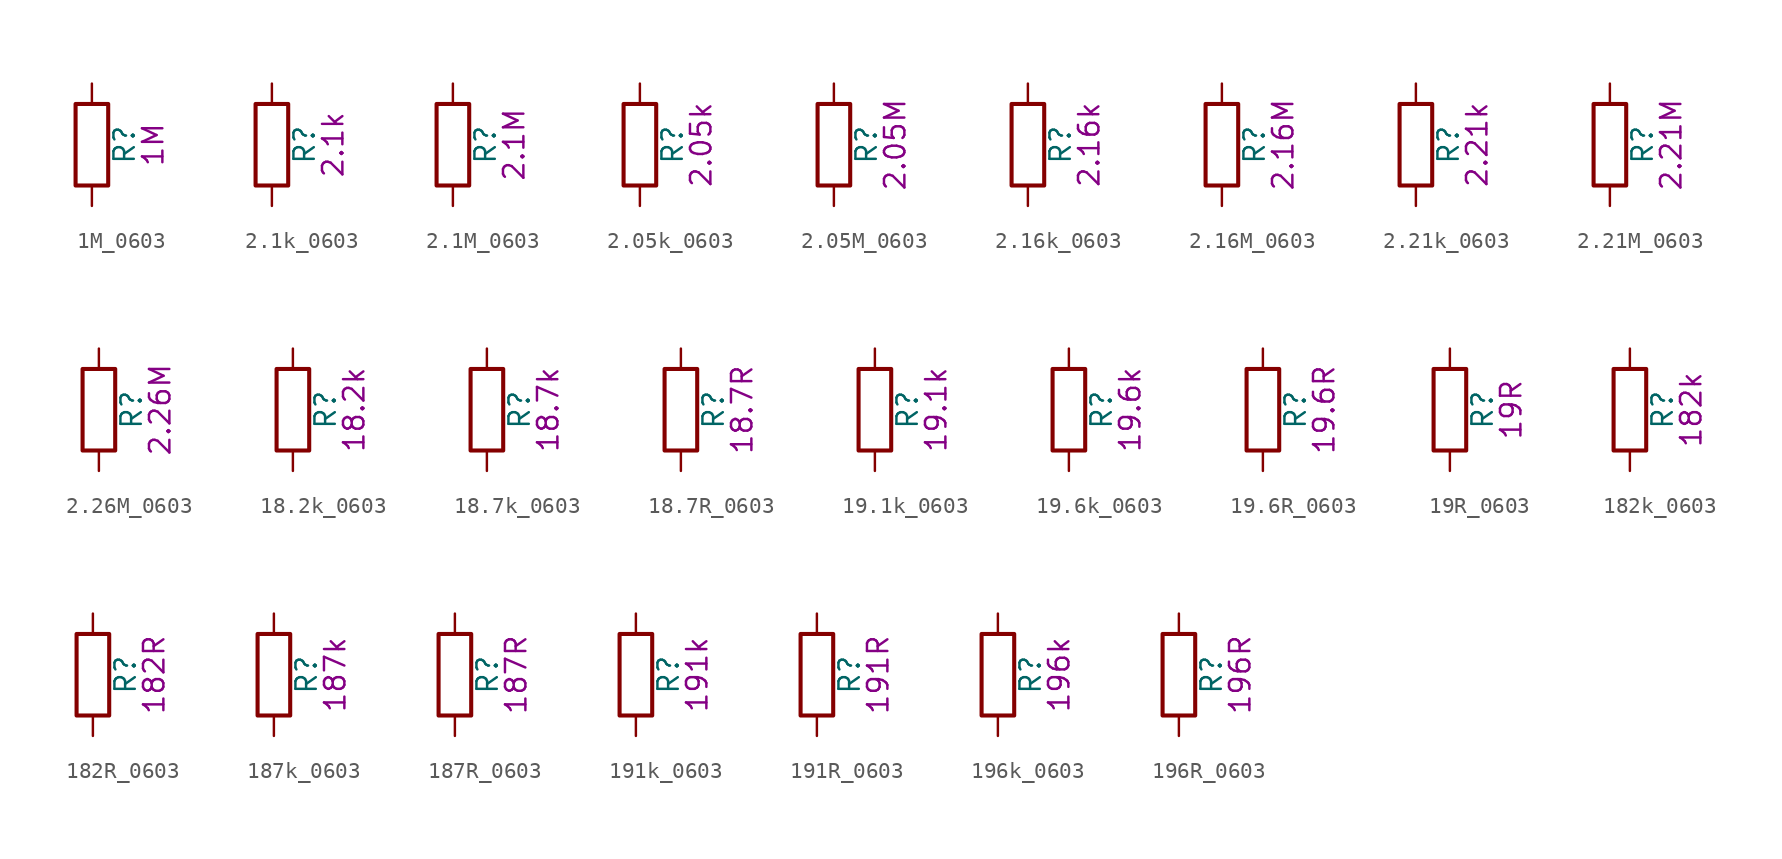
<source format=kicad_sym>
(kicad_symbol_lib
  (version 20211014)
  (generator kicad_symbol_editor)
  (symbol "1M_0603"
    (pin_numbers hide)
    (pin_names
      (offset 0))
    (property "Reference" "R"
      (at 2.032 0 90)
      (effects (font (size 1.27 1.27))))
    (property "Display" "1M"
      (at 3.81 0 90)
      (effects (font (size 1.27 1.27))))
    (symbol "1M_0603_0_1"
      (rectangle (start -1.016 -2.54) (end 1.016 2.54) (stroke (width 0.254) (type default) (color 0 0 0 0)) (fill (type none))))
    (symbol "1M_0603_1_1"
      (pin passive line (at 0 3.81 270) (length 1.27) (name "~" (effects (font (size 1.27 1.27)))) (number "1" (effects (font (size 1.27 1.27)))))
      (pin passive line (at 0 -3.81 90) (length 1.27) (name "~" (effects (font (size 1.27 1.27)))) (number "2" (effects (font (size 1.27 1.27)))))))
  (symbol "2.1k_0603"
    (pin_numbers hide)
    (pin_names
      (offset 0))
    (property "Reference" "R"
      (at 2.032 0 90)
      (effects (font (size 1.27 1.27))))
    (property "Display" "2.1k"
      (at 3.81 0 90)
      (effects (font (size 1.27 1.27))))
    (symbol "2.1k_0603_0_1"
      (rectangle (start -1.016 -2.54) (end 1.016 2.54) (stroke (width 0.254) (type default) (color 0 0 0 0)) (fill (type none))))
    (symbol "2.1k_0603_1_1"
      (pin passive line (at 0 3.81 270) (length 1.27) (name "~" (effects (font (size 1.27 1.27)))) (number "1" (effects (font (size 1.27 1.27)))))
      (pin passive line (at 0 -3.81 90) (length 1.27) (name "~" (effects (font (size 1.27 1.27)))) (number "2" (effects (font (size 1.27 1.27)))))))
  (symbol "2.1M_0603"
    (pin_numbers hide)
    (pin_names
      (offset 0))
    (property "Reference" "R"
      (at 2.032 0 90)
      (effects (font (size 1.27 1.27))))
    (property "Display" "2.1M"
      (at 3.81 0 90)
      (effects (font (size 1.27 1.27))))
    (symbol "2.1M_0603_0_1"
      (rectangle (start -1.016 -2.54) (end 1.016 2.54) (stroke (width 0.254) (type default) (color 0 0 0 0)) (fill (type none))))
    (symbol "2.1M_0603_1_1"
      (pin passive line (at 0 3.81 270) (length 1.27) (name "~" (effects (font (size 1.27 1.27)))) (number "1" (effects (font (size 1.27 1.27)))))
      (pin passive line (at 0 -3.81 90) (length 1.27) (name "~" (effects (font (size 1.27 1.27)))) (number "2" (effects (font (size 1.27 1.27)))))))
  (symbol "2.05k_0603"
    (pin_numbers hide)
    (pin_names
      (offset 0))
    (property "Reference" "R"
      (at 2.032 0 90)
      (effects (font (size 1.27 1.27))))
    (property "Display" "2.05k"
      (at 3.81 0 90)
      (effects (font (size 1.27 1.27))))
    (symbol "2.05k_0603_0_1"
      (rectangle (start -1.016 -2.54) (end 1.016 2.54) (stroke (width 0.254) (type default) (color 0 0 0 0)) (fill (type none))))
    (symbol "2.05k_0603_1_1"
      (pin passive line (at 0 3.81 270) (length 1.27) (name "~" (effects (font (size 1.27 1.27)))) (number "1" (effects (font (size 1.27 1.27)))))
      (pin passive line (at 0 -3.81 90) (length 1.27) (name "~" (effects (font (size 1.27 1.27)))) (number "2" (effects (font (size 1.27 1.27)))))))
  (symbol "2.05M_0603"
    (pin_numbers hide)
    (pin_names
      (offset 0))
    (property "Reference" "R"
      (at 2.032 0 90)
      (effects (font (size 1.27 1.27))))
    (property "Display" "2.05M"
      (at 3.81 0 90)
      (effects (font (size 1.27 1.27))))
    (symbol "2.05M_0603_0_1"
      (rectangle (start -1.016 -2.54) (end 1.016 2.54) (stroke (width 0.254) (type default) (color 0 0 0 0)) (fill (type none))))
    (symbol "2.05M_0603_1_1"
      (pin passive line (at 0 3.81 270) (length 1.27) (name "~" (effects (font (size 1.27 1.27)))) (number "1" (effects (font (size 1.27 1.27)))))
      (pin passive line (at 0 -3.81 90) (length 1.27) (name "~" (effects (font (size 1.27 1.27)))) (number "2" (effects (font (size 1.27 1.27)))))))
  (symbol "2.16k_0603"
    (pin_numbers hide)
    (pin_names
      (offset 0))
    (property "Reference" "R"
      (at 2.032 0 90)
      (effects (font (size 1.27 1.27))))
    (property "Display" "2.16k"
      (at 3.81 0 90)
      (effects (font (size 1.27 1.27))))
    (symbol "2.16k_0603_0_1"
      (rectangle (start -1.016 -2.54) (end 1.016 2.54) (stroke (width 0.254) (type default) (color 0 0 0 0)) (fill (type none))))
    (symbol "2.16k_0603_1_1"
      (pin passive line (at 0 3.81 270) (length 1.27) (name "~" (effects (font (size 1.27 1.27)))) (number "1" (effects (font (size 1.27 1.27)))))
      (pin passive line (at 0 -3.81 90) (length 1.27) (name "~" (effects (font (size 1.27 1.27)))) (number "2" (effects (font (size 1.27 1.27)))))))
  (symbol "2.16M_0603"
    (pin_numbers hide)
    (pin_names
      (offset 0))
    (property "Reference" "R"
      (at 2.032 0 90)
      (effects (font (size 1.27 1.27))))
    (property "Display" "2.16M"
      (at 3.81 0 90)
      (effects (font (size 1.27 1.27))))
    (symbol "2.16M_0603_0_1"
      (rectangle (start -1.016 -2.54) (end 1.016 2.54) (stroke (width 0.254) (type default) (color 0 0 0 0)) (fill (type none))))
    (symbol "2.16M_0603_1_1"
      (pin passive line (at 0 3.81 270) (length 1.27) (name "~" (effects (font (size 1.27 1.27)))) (number "1" (effects (font (size 1.27 1.27)))))
      (pin passive line (at 0 -3.81 90) (length 1.27) (name "~" (effects (font (size 1.27 1.27)))) (number "2" (effects (font (size 1.27 1.27)))))))
  (symbol "2.21k_0603"
    (pin_numbers hide)
    (pin_names
      (offset 0))
    (property "Reference" "R"
      (at 2.032 0 90)
      (effects (font (size 1.27 1.27))))
    (property "Display" "2.21k"
      (at 3.81 0 90)
      (effects (font (size 1.27 1.27))))
    (symbol "2.21k_0603_0_1"
      (rectangle (start -1.016 -2.54) (end 1.016 2.54) (stroke (width 0.254) (type default) (color 0 0 0 0)) (fill (type none))))
    (symbol "2.21k_0603_1_1"
      (pin passive line (at 0 3.81 270) (length 1.27) (name "~" (effects (font (size 1.27 1.27)))) (number "1" (effects (font (size 1.27 1.27)))))
      (pin passive line (at 0 -3.81 90) (length 1.27) (name "~" (effects (font (size 1.27 1.27)))) (number "2" (effects (font (size 1.27 1.27)))))))
  (symbol "2.21M_0603"
    (pin_numbers hide)
    (pin_names
      (offset 0))
    (property "Reference" "R"
      (at 2.032 0 90)
      (effects (font (size 1.27 1.27))))
    (property "Display" "2.21M"
      (at 3.81 0 90)
      (effects (font (size 1.27 1.27))))
    (symbol "2.21M_0603_0_1"
      (rectangle (start -1.016 -2.54) (end 1.016 2.54) (stroke (width 0.254) (type default) (color 0 0 0 0)) (fill (type none))))
    (symbol "2.21M_0603_1_1"
      (pin passive line (at 0 3.81 270) (length 1.27) (name "~" (effects (font (size 1.27 1.27)))) (number "1" (effects (font (size 1.27 1.27)))))
      (pin passive line (at 0 -3.81 90) (length 1.27) (name "~" (effects (font (size 1.27 1.27)))) (number "2" (effects (font (size 1.27 1.27)))))))
  (symbol "2.26M_0603"
    (pin_numbers hide)
    (pin_names
      (offset 0))
    (property "Reference" "R"
      (at 2.032 0 90)
      (effects (font (size 1.27 1.27))))
    (property "Display" "2.26M"
      (at 3.81 0 90)
      (effects (font (size 1.27 1.27))))
    (symbol "2.26M_0603_0_1"
      (rectangle (start -1.016 -2.54) (end 1.016 2.54) (stroke (width 0.254) (type default) (color 0 0 0 0)) (fill (type none))))
    (symbol "2.26M_0603_1_1"
      (pin passive line (at 0 3.81 270) (length 1.27) (name "~" (effects (font (size 1.27 1.27)))) (number "1" (effects (font (size 1.27 1.27)))))
      (pin passive line (at 0 -3.81 90) (length 1.27) (name "~" (effects (font (size 1.27 1.27)))) (number "2" (effects (font (size 1.27 1.27)))))))
  (symbol "18.2k_0603"
    (pin_numbers hide)
    (pin_names
      (offset 0))
    (property "Reference" "R"
      (at 2.032 0 90)
      (effects (font (size 1.27 1.27))))
    (property "Display" "18.2k"
      (at 3.81 0 90)
      (effects (font (size 1.27 1.27))))
    (symbol "18.2k_0603_0_1"
      (rectangle (start -1.016 -2.54) (end 1.016 2.54) (stroke (width 0.254) (type default) (color 0 0 0 0)) (fill (type none))))
    (symbol "18.2k_0603_1_1"
      (pin passive line (at 0 3.81 270) (length 1.27) (name "~" (effects (font (size 1.27 1.27)))) (number "1" (effects (font (size 1.27 1.27)))))
      (pin passive line (at 0 -3.81 90) (length 1.27) (name "~" (effects (font (size 1.27 1.27)))) (number "2" (effects (font (size 1.27 1.27)))))))
  (symbol "18.7k_0603"
    (pin_numbers hide)
    (pin_names
      (offset 0))
    (property "Reference" "R"
      (at 2.032 0 90)
      (effects (font (size 1.27 1.27))))
    (property "Display" "18.7k"
      (at 3.81 0 90)
      (effects (font (size 1.27 1.27))))
    (symbol "18.7k_0603_0_1"
      (rectangle (start -1.016 -2.54) (end 1.016 2.54) (stroke (width 0.254) (type default) (color 0 0 0 0)) (fill (type none))))
    (symbol "18.7k_0603_1_1"
      (pin passive line (at 0 3.81 270) (length 1.27) (name "~" (effects (font (size 1.27 1.27)))) (number "1" (effects (font (size 1.27 1.27)))))
      (pin passive line (at 0 -3.81 90) (length 1.27) (name "~" (effects (font (size 1.27 1.27)))) (number "2" (effects (font (size 1.27 1.27)))))))
  (symbol "18.7R_0603"
    (pin_numbers hide)
    (pin_names
      (offset 0))
    (property "Reference" "R"
      (at 2.032 0 90)
      (effects (font (size 1.27 1.27))))
    (property "Display" "18.7R"
      (at 3.81 0 90)
      (effects (font (size 1.27 1.27))))
    (symbol "18.7R_0603_0_1"
      (rectangle (start -1.016 -2.54) (end 1.016 2.54) (stroke (width 0.254) (type default) (color 0 0 0 0)) (fill (type none))))
    (symbol "18.7R_0603_1_1"
      (pin passive line (at 0 3.81 270) (length 1.27) (name "~" (effects (font (size 1.27 1.27)))) (number "1" (effects (font (size 1.27 1.27)))))
      (pin passive line (at 0 -3.81 90) (length 1.27) (name "~" (effects (font (size 1.27 1.27)))) (number "2" (effects (font (size 1.27 1.27)))))))
  (symbol "19.1k_0603"
    (pin_numbers hide)
    (pin_names
      (offset 0))
    (property "Reference" "R"
      (at 2.032 0 90)
      (effects (font (size 1.27 1.27))))
    (property "Display" "19.1k"
      (at 3.81 0 90)
      (effects (font (size 1.27 1.27))))
    (symbol "19.1k_0603_0_1"
      (rectangle (start -1.016 -2.54) (end 1.016 2.54) (stroke (width 0.254) (type default) (color 0 0 0 0)) (fill (type none))))
    (symbol "19.1k_0603_1_1"
      (pin passive line (at 0 3.81 270) (length 1.27) (name "~" (effects (font (size 1.27 1.27)))) (number "1" (effects (font (size 1.27 1.27)))))
      (pin passive line (at 0 -3.81 90) (length 1.27) (name "~" (effects (font (size 1.27 1.27)))) (number "2" (effects (font (size 1.27 1.27)))))))
  (symbol "19.6k_0603"
    (pin_numbers hide)
    (pin_names
      (offset 0))
    (property "Reference" "R"
      (at 2.032 0 90)
      (effects (font (size 1.27 1.27))))
    (property "Display" "19.6k"
      (at 3.81 0 90)
      (effects (font (size 1.27 1.27))))
    (symbol "19.6k_0603_0_1"
      (rectangle (start -1.016 -2.54) (end 1.016 2.54) (stroke (width 0.254) (type default) (color 0 0 0 0)) (fill (type none))))
    (symbol "19.6k_0603_1_1"
      (pin passive line (at 0 3.81 270) (length 1.27) (name "~" (effects (font (size 1.27 1.27)))) (number "1" (effects (font (size 1.27 1.27)))))
      (pin passive line (at 0 -3.81 90) (length 1.27) (name "~" (effects (font (size 1.27 1.27)))) (number "2" (effects (font (size 1.27 1.27)))))))
  (symbol "19.6R_0603"
    (pin_numbers hide)
    (pin_names
      (offset 0))
    (property "Reference" "R"
      (at 2.032 0 90)
      (effects (font (size 1.27 1.27))))
    (property "Display" "19.6R"
      (at 3.81 0 90)
      (effects (font (size 1.27 1.27))))
    (symbol "19.6R_0603_0_1"
      (rectangle (start -1.016 -2.54) (end 1.016 2.54) (stroke (width 0.254) (type default) (color 0 0 0 0)) (fill (type none))))
    (symbol "19.6R_0603_1_1"
      (pin passive line (at 0 3.81 270) (length 1.27) (name "~" (effects (font (size 1.27 1.27)))) (number "1" (effects (font (size 1.27 1.27)))))
      (pin passive line (at 0 -3.81 90) (length 1.27) (name "~" (effects (font (size 1.27 1.27)))) (number "2" (effects (font (size 1.27 1.27)))))))
  (symbol "19R_0603"
    (pin_numbers hide)
    (pin_names
      (offset 0))
    (property "Reference" "R"
      (at 2.032 0 90)
      (effects (font (size 1.27 1.27))))
    (property "Display" "19R"
      (at 3.81 0 90)
      (effects (font (size 1.27 1.27))))
    (symbol "19R_0603_0_1"
      (rectangle (start -1.016 -2.54) (end 1.016 2.54) (stroke (width 0.254) (type default) (color 0 0 0 0)) (fill (type none))))
    (symbol "19R_0603_1_1"
      (pin passive line (at 0 3.81 270) (length 1.27) (name "~" (effects (font (size 1.27 1.27)))) (number "1" (effects (font (size 1.27 1.27)))))
      (pin passive line (at 0 -3.81 90) (length 1.27) (name "~" (effects (font (size 1.27 1.27)))) (number "2" (effects (font (size 1.27 1.27)))))))
  (symbol "182k_0603"
    (pin_numbers hide)
    (pin_names
      (offset 0))
    (property "Reference" "R"
      (at 2.032 0 90)
      (effects (font (size 1.27 1.27))))
    (property "Display" "182k"
      (at 3.81 0 90)
      (effects (font (size 1.27 1.27))))
    (symbol "182k_0603_0_1"
      (rectangle (start -1.016 -2.54) (end 1.016 2.54) (stroke (width 0.254) (type default) (color 0 0 0 0)) (fill (type none))))
    (symbol "182k_0603_1_1"
      (pin passive line (at 0 3.81 270) (length 1.27) (name "~" (effects (font (size 1.27 1.27)))) (number "1" (effects (font (size 1.27 1.27)))))
      (pin passive line (at 0 -3.81 90) (length 1.27) (name "~" (effects (font (size 1.27 1.27)))) (number "2" (effects (font (size 1.27 1.27)))))))
  (symbol "182R_0603"
    (pin_numbers hide)
    (pin_names
      (offset 0))
    (property "Reference" "R"
      (at 2.032 0 90)
      (effects (font (size 1.27 1.27))))
    (property "Display" "182R"
      (at 3.81 0 90)
      (effects (font (size 1.27 1.27))))
    (symbol "182R_0603_0_1"
      (rectangle (start -1.016 -2.54) (end 1.016 2.54) (stroke (width 0.254) (type default) (color 0 0 0 0)) (fill (type none))))
    (symbol "182R_0603_1_1"
      (pin passive line (at 0 3.81 270) (length 1.27) (name "~" (effects (font (size 1.27 1.27)))) (number "1" (effects (font (size 1.27 1.27)))))
      (pin passive line (at 0 -3.81 90) (length 1.27) (name "~" (effects (font (size 1.27 1.27)))) (number "2" (effects (font (size 1.27 1.27)))))))
  (symbol "187k_0603"
    (pin_numbers hide)
    (pin_names
      (offset 0))
    (property "Reference" "R"
      (at 2.032 0 90)
      (effects (font (size 1.27 1.27))))
    (property "Display" "187k"
      (at 3.81 0 90)
      (effects (font (size 1.27 1.27))))
    (symbol "187k_0603_0_1"
      (rectangle (start -1.016 -2.54) (end 1.016 2.54) (stroke (width 0.254) (type default) (color 0 0 0 0)) (fill (type none))))
    (symbol "187k_0603_1_1"
      (pin passive line (at 0 3.81 270) (length 1.27) (name "~" (effects (font (size 1.27 1.27)))) (number "1" (effects (font (size 1.27 1.27)))))
      (pin passive line (at 0 -3.81 90) (length 1.27) (name "~" (effects (font (size 1.27 1.27)))) (number "2" (effects (font (size 1.27 1.27)))))))
  (symbol "187R_0603"
    (pin_numbers hide)
    (pin_names
      (offset 0))
    (property "Reference" "R"
      (at 2.032 0 90)
      (effects (font (size 1.27 1.27))))
    (property "Display" "187R"
      (at 3.81 0 90)
      (effects (font (size 1.27 1.27))))
    (symbol "187R_0603_0_1"
      (rectangle (start -1.016 -2.54) (end 1.016 2.54) (stroke (width 0.254) (type default) (color 0 0 0 0)) (fill (type none))))
    (symbol "187R_0603_1_1"
      (pin passive line (at 0 3.81 270) (length 1.27) (name "~" (effects (font (size 1.27 1.27)))) (number "1" (effects (font (size 1.27 1.27)))))
      (pin passive line (at 0 -3.81 90) (length 1.27) (name "~" (effects (font (size 1.27 1.27)))) (number "2" (effects (font (size 1.27 1.27)))))))
  (symbol "191k_0603"
    (pin_numbers hide)
    (pin_names
      (offset 0))
    (property "Reference" "R"
      (at 2.032 0 90)
      (effects (font (size 1.27 1.27))))
    (property "Display" "191k"
      (at 3.81 0 90)
      (effects (font (size 1.27 1.27))))
    (symbol "191k_0603_0_1"
      (rectangle (start -1.016 -2.54) (end 1.016 2.54) (stroke (width 0.254) (type default) (color 0 0 0 0)) (fill (type none))))
    (symbol "191k_0603_1_1"
      (pin passive line (at 0 3.81 270) (length 1.27) (name "~" (effects (font (size 1.27 1.27)))) (number "1" (effects (font (size 1.27 1.27)))))
      (pin passive line (at 0 -3.81 90) (length 1.27) (name "~" (effects (font (size 1.27 1.27)))) (number "2" (effects (font (size 1.27 1.27)))))))
  (symbol "191R_0603"
    (pin_numbers hide)
    (pin_names
      (offset 0))
    (property "Reference" "R"
      (at 2.032 0 90)
      (effects (font (size 1.27 1.27))))
    (property "Display" "191R"
      (at 3.81 0 90)
      (effects (font (size 1.27 1.27))))
    (symbol "191R_0603_0_1"
      (rectangle (start -1.016 -2.54) (end 1.016 2.54) (stroke (width 0.254) (type default) (color 0 0 0 0)) (fill (type none))))
    (symbol "191R_0603_1_1"
      (pin passive line (at 0 3.81 270) (length 1.27) (name "~" (effects (font (size 1.27 1.27)))) (number "1" (effects (font (size 1.27 1.27)))))
      (pin passive line (at 0 -3.81 90) (length 1.27) (name "~" (effects (font (size 1.27 1.27)))) (number "2" (effects (font (size 1.27 1.27)))))))
  (symbol "196k_0603"
    (pin_numbers hide)
    (pin_names
      (offset 0))
    (property "Reference" "R"
      (at 2.032 0 90)
      (effects (font (size 1.27 1.27))))
    (property "Display" "196k"
      (at 3.81 0 90)
      (effects (font (size 1.27 1.27))))
    (symbol "196k_0603_0_1"
      (rectangle (start -1.016 -2.54) (end 1.016 2.54) (stroke (width 0.254) (type default) (color 0 0 0 0)) (fill (type none))))
    (symbol "196k_0603_1_1"
      (pin passive line (at 0 3.81 270) (length 1.27) (name "~" (effects (font (size 1.27 1.27)))) (number "1" (effects (font (size 1.27 1.27)))))
      (pin passive line (at 0 -3.81 90) (length 1.27) (name "~" (effects (font (size 1.27 1.27)))) (number "2" (effects (font (size 1.27 1.27)))))))
  (symbol "196R_0603"
    (pin_numbers hide)
    (pin_names
      (offset 0))
    (property "Reference" "R"
      (at 2.032 0 90)
      (effects (font (size 1.27 1.27))))
    (property "Display" "196R"
      (at 3.81 0 90)
      (effects (font (size 1.27 1.27))))
    (symbol "196R_0603_0_1"
      (rectangle (start -1.016 -2.54) (end 1.016 2.54) (stroke (width 0.254) (type default) (color 0 0 0 0)) (fill (type none))))
    (symbol "196R_0603_1_1"
      (pin passive line (at 0 3.81 270) (length 1.27) (name "~" (effects (font (size 1.27 1.27)))) (number "1" (effects (font (size 1.27 1.27)))))
      (pin passive line (at 0 -3.81 90) (length 1.27) (name "~" (effects (font (size 1.27 1.27)))) (number "2" (effects (font (size 1.27 1.27))))))))
</source>
